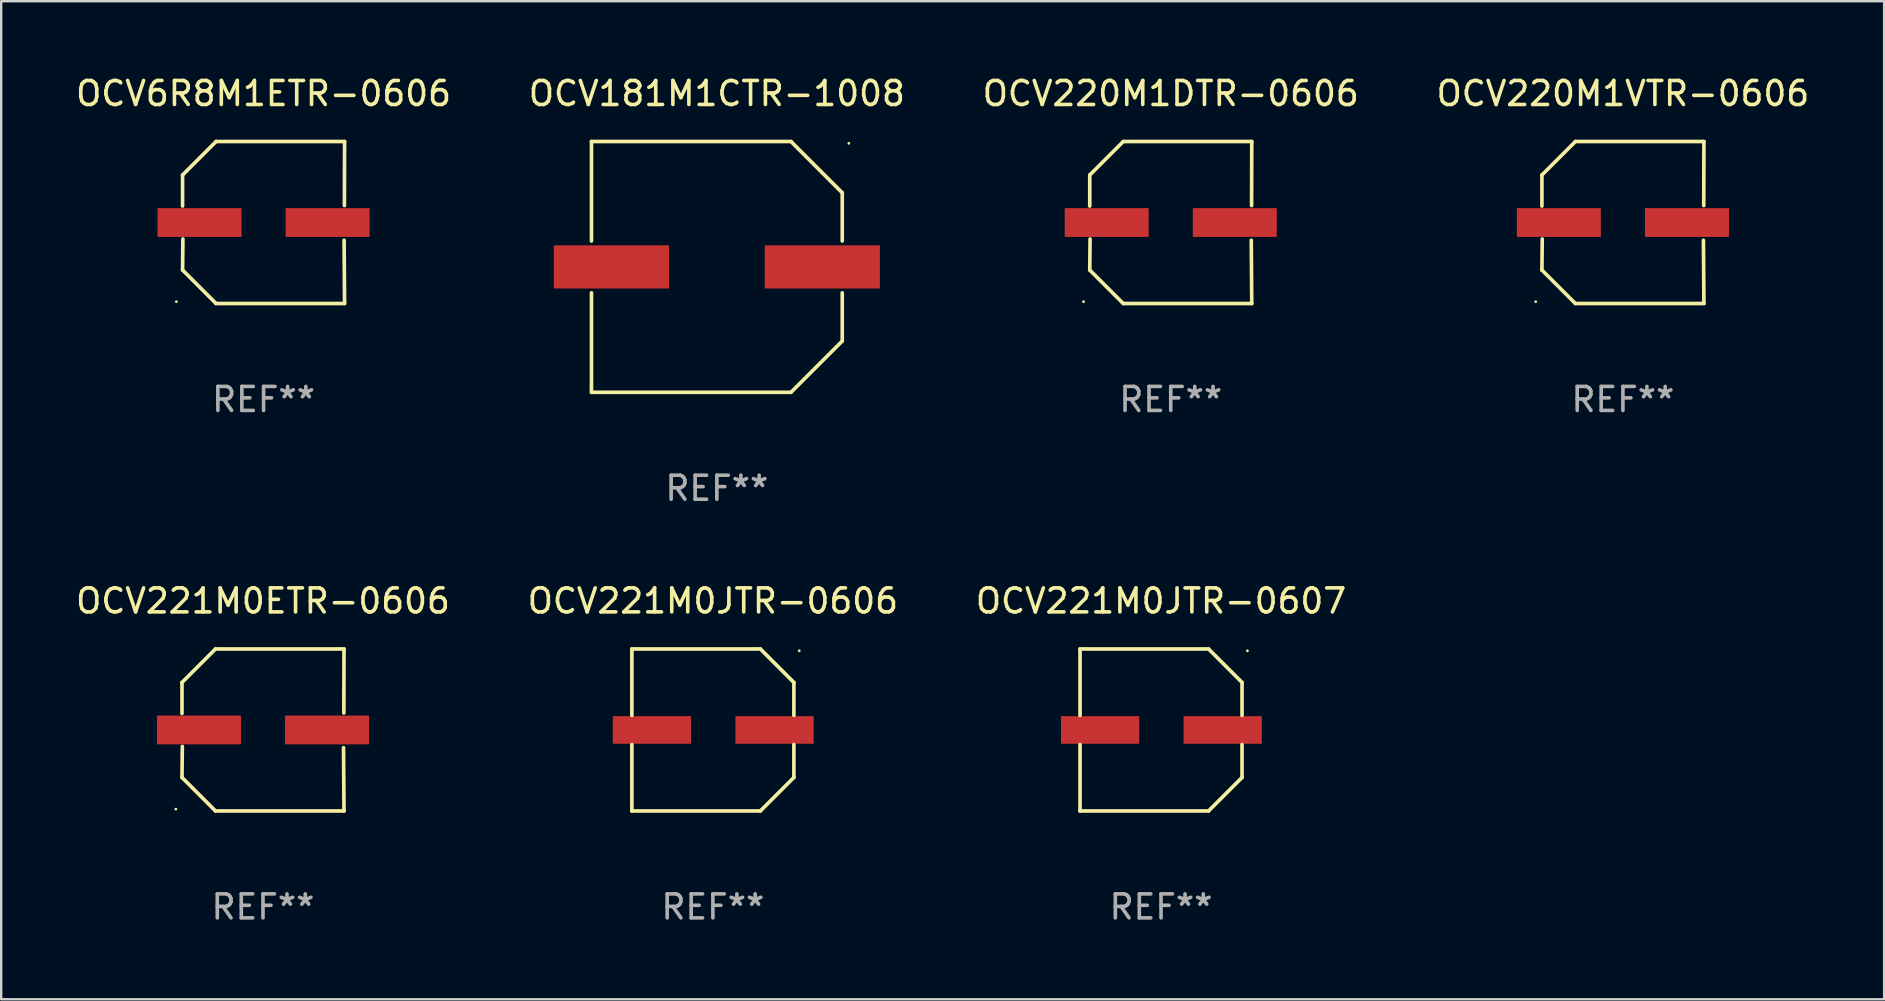
<source format=kicad_pcb>
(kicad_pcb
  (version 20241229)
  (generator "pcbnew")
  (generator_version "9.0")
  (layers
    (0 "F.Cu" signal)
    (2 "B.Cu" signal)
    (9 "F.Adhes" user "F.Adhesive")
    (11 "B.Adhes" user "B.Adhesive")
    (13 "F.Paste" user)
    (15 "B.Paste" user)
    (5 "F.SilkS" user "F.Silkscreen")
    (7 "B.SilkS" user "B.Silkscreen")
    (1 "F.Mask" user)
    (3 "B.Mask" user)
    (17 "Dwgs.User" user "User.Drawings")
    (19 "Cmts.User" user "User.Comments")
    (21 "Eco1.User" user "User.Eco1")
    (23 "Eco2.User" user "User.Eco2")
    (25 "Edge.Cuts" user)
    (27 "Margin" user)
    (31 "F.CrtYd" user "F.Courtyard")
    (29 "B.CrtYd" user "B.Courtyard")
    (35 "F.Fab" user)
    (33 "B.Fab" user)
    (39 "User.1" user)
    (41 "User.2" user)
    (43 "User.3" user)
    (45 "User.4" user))
  (footprint "OCV181M1CTR-1008"
    (layer "F.Cu")
    (at 26.827 8.074)
    (property "Reference" "OCV181M1CTR-1008" (at 0 -7.226 0) (layer "F.SilkS") (effects (font (size 1 1) (thickness 0.15))))
    (attr through_hole)
    (fp_line (start -5.226 -5.226) (end -5.226 -1.08) (stroke (width 0.152) (type solid)) (layer "F.SilkS"))
    (fp_line (start -5.226 -5.226) (end 3.09 -5.226) (stroke (width 0.152) (type solid)) (layer "F.SilkS"))
    (fp_line (start -5.226 1.08) (end -5.226 5.226) (stroke (width 0.152) (type solid)) (layer "F.SilkS"))
    (fp_line (start -5.226 5.226) (end 3.09 5.226) (stroke (width 0.152) (type solid)) (layer "F.SilkS"))
    (fp_line (start 3.09 -5.226) (end 5.226 -3.09) (stroke (width 0.152) (type solid)) (layer "F.SilkS"))
    (fp_line (start 3.09 5.226) (end 5.226 3.09) (stroke (width 0.152) (type solid)) (layer "F.SilkS"))
    (fp_line (start 5.226 -1.08) (end 5.226 -3.09) (stroke (width 0.152) (type solid)) (layer "F.SilkS"))
    (fp_line (start 5.226 3.09) (end 5.226 1.08) (stroke (width 0.152) (type solid)) (layer "F.SilkS"))
    (fp_circle (center 5.5 -5.15) (end 5.53 -5.15) (stroke (width 0.06) (type solid)) (fill no) (layer "F.SilkS"))
    (fp_text user "REF**" (at 0 9.226 0) (layer "F.Fab") (effects (font (size 1 1) (thickness 0.15))))
    (pad "1" smd rect (at 4.395 0 180) (size 4.8 1.8) (layers "F.Cu" "F.Mask" "F.Paste"))
    (pad "2" smd rect (at -4.395 0 180) (size 4.8 1.8) (layers "F.Cu" "F.Mask" "F.Paste")))
  (footprint "OCV220M1VTR-0606"
    (layer "F.Cu")
    (at 64.589 6.224)
    (property "Reference" "OCV220M1VTR-0606" (at 0 -5.376 0) (layer "F.SilkS") (effects (font (size 1 1) (thickness 0.15))))
    (attr through_hole)
    (fp_line (start -3.376 -1.98) (end -3.376 -0.686) (stroke (width 0.152) (type solid)) (layer "F.SilkS"))
    (fp_line (start -3.376 1.981) (end -3.362 0.686) (stroke (width 0.152) (type solid)) (layer "F.SilkS"))
    (fp_line (start -1.981 3.376) (end -3.376 1.981) (stroke (width 0.152) (type solid)) (layer "F.SilkS"))
    (fp_line (start -1.98 -3.376) (end -3.376 -1.98) (stroke (width 0.152) (type solid)) (layer "F.SilkS"))
    (fp_line (start 3.356 0.74) (end 3.376 3.376) (stroke (width 0.152) (type solid)) (layer "F.SilkS"))
    (fp_line (start 3.369 -0.707) (end 3.376 -3.376) (stroke (width 0.152) (type solid)) (layer "F.SilkS"))
    (fp_line (start 3.376 3.376) (end -1.981 3.376) (stroke (width 0.152) (type solid)) (layer "F.SilkS"))
    (fp_line (start 3.376 -3.376) (end -1.98 -3.376) (stroke (width 0.152) (type solid)) (layer "F.SilkS"))
    (fp_circle (center -3.634 3.3) (end -3.604 3.3) (stroke (width 0.06) (type solid)) (fill no) (layer "F.SilkS"))
    (fp_text user "REF**" (at 0 7.376 0) (layer "F.Fab") (effects (font (size 1 1) (thickness 0.15))))
    (pad "1" smd rect (at -2.67 0.000254) (size 3.5 1.2) (layers "F.Cu" "F.Mask" "F.Paste"))
    (pad "2" smd rect (at 2.67 0.000254) (size 3.5 1.2) (layers "F.Cu" "F.Mask" "F.Paste")))
  (footprint "OCV221M0ETR-0606"
    (layer "F.Cu")
    (at 7.911 27.373)
    (property "Reference" "OCV221M0ETR-0606" (at 0 -5.376 0) (layer "F.SilkS") (effects (font (size 1 1) (thickness 0.15))))
    (attr through_hole)
    (fp_line (start -3.376 -1.98) (end -3.376 -0.686) (stroke (width 0.152) (type solid)) (layer "F.SilkS"))
    (fp_line (start -3.376 1.981) (end -3.362 0.686) (stroke (width 0.152) (type solid)) (layer "F.SilkS"))
    (fp_line (start -1.981 3.376) (end -3.376 1.981) (stroke (width 0.152) (type solid)) (layer "F.SilkS"))
    (fp_line (start -1.98 -3.376) (end -3.376 -1.98) (stroke (width 0.152) (type solid)) (layer "F.SilkS"))
    (fp_line (start 3.356 0.74) (end 3.376 3.376) (stroke (width 0.152) (type solid)) (layer "F.SilkS"))
    (fp_line (start 3.369 -0.707) (end 3.376 -3.376) (stroke (width 0.152) (type solid)) (layer "F.SilkS"))
    (fp_line (start 3.376 3.376) (end -1.981 3.376) (stroke (width 0.152) (type solid)) (layer "F.SilkS"))
    (fp_line (start 3.376 -3.376) (end -1.98 -3.376) (stroke (width 0.152) (type solid)) (layer "F.SilkS"))
    (fp_circle (center -3.634 3.3) (end -3.604 3.3) (stroke (width 0.06) (type solid)) (fill no) (layer "F.SilkS"))
    (fp_text user "REF**" (at 0 7.376 0) (layer "F.Fab") (effects (font (size 1 1) (thickness 0.15))))
    (pad "1" smd rect (at -2.67 0.000254) (size 3.5 1.2) (layers "F.Cu" "F.Mask" "F.Paste"))
    (pad "2" smd rect (at 2.67 0.000254) (size 3.5 1.2) (layers "F.Cu" "F.Mask" "F.Paste")))
  (footprint "OCV6R8M1ETR-0606"
    (layer "F.Cu")
    (at 7.935 6.224)
    (property "Reference" "OCV6R8M1ETR-0606" (at 0 -5.376 0) (layer "F.SilkS") (effects (font (size 1 1) (thickness 0.15))))
    (attr through_hole)
    (fp_line (start -3.376 -1.98) (end -3.376 -0.686) (stroke (width 0.152) (type solid)) (layer "F.SilkS"))
    (fp_line (start -3.376 1.981) (end -3.362 0.686) (stroke (width 0.152) (type solid)) (layer "F.SilkS"))
    (fp_line (start -1.981 3.376) (end -3.376 1.981) (stroke (width 0.152) (type solid)) (layer "F.SilkS"))
    (fp_line (start -1.98 -3.376) (end -3.376 -1.98) (stroke (width 0.152) (type solid)) (layer "F.SilkS"))
    (fp_line (start 3.356 0.74) (end 3.376 3.376) (stroke (width 0.152) (type solid)) (layer "F.SilkS"))
    (fp_line (start 3.369 -0.707) (end 3.376 -3.376) (stroke (width 0.152) (type solid)) (layer "F.SilkS"))
    (fp_line (start 3.376 3.376) (end -1.981 3.376) (stroke (width 0.152) (type solid)) (layer "F.SilkS"))
    (fp_line (start 3.376 -3.376) (end -1.98 -3.376) (stroke (width 0.152) (type solid)) (layer "F.SilkS"))
    (fp_circle (center -3.634 3.3) (end -3.604 3.3) (stroke (width 0.06) (type solid)) (fill no) (layer "F.SilkS"))
    (fp_text user "REF**" (at 0 7.376 0) (layer "F.Fab") (effects (font (size 1 1) (thickness 0.15))))
    (pad "1" smd rect (at -2.67 0.000254) (size 3.5 1.2) (layers "F.Cu" "F.Mask" "F.Paste"))
    (pad "2" smd rect (at 2.67 0.000254) (size 3.5 1.2) (layers "F.Cu" "F.Mask" "F.Paste")))
  (footprint "OCV221M0JTR-0606"
    (layer "F.Cu")
    (at 26.661 27.373)
    (property "Reference" "OCV221M0JTR-0606" (at 0 -5.376 0) (layer "F.SilkS") (effects (font (size 1 1) (thickness 0.15))))
    (attr through_hole)
    (fp_line (start -3.376 -3.376) (end 1.98 -3.376) (stroke (width 0.152) (type solid)) (layer "F.SilkS"))
    (fp_line (start -3.376 -0.607) (end -3.376 -3.376) (stroke (width 0.152) (type solid)) (layer "F.SilkS"))
    (fp_line (start -3.376 0.607) (end -3.376 3.376) (stroke (width 0.152) (type solid)) (layer "F.SilkS"))
    (fp_line (start -3.376 3.376) (end 1.98 3.376) (stroke (width 0.152) (type solid)) (layer "F.SilkS"))
    (fp_line (start 1.98 -3.376) (end 3.376 -1.98) (stroke (width 0.152) (type solid)) (layer "F.SilkS"))
    (fp_line (start 1.98 3.376) (end 3.376 1.98) (stroke (width 0.152) (type solid)) (layer "F.SilkS"))
    (fp_line (start 3.376 -1.98) (end 3.376 -0.607) (stroke (width 0.152) (type solid)) (layer "F.SilkS"))
    (fp_line (start 3.376 1.98) (end 3.376 0.607) (stroke (width 0.152) (type solid)) (layer "F.SilkS"))
    (fp_circle (center 3.6 -3.3) (end 3.63 -3.3) (stroke (width 0.06) (type solid)) (fill no) (layer "F.SilkS"))
    (fp_text user "REF**" (at 0 7.376 0) (layer "F.Fab") (effects (font (size 1 1) (thickness 0.15))))
    (pad "1" smd rect (at 2.57 0 180) (size 3.26 1.15) (layers "F.Cu" "F.Mask" "F.Paste"))
    (pad "2" smd rect (at -2.54 0 180) (size 3.26 1.15) (layers "F.Cu" "F.Mask" "F.Paste")))
  (footprint "OCV220M1DTR-0606"
    (layer "F.Cu")
    (at 45.744 6.224)
    (property "Reference" "OCV220M1DTR-0606" (at 0 -5.376 0) (layer "F.SilkS") (effects (font (size 1 1) (thickness 0.15))))
    (attr through_hole)
    (fp_line (start -3.376 -1.98) (end -3.376 -0.686) (stroke (width 0.152) (type solid)) (layer "F.SilkS"))
    (fp_line (start -3.376 1.981) (end -3.362 0.686) (stroke (width 0.152) (type solid)) (layer "F.SilkS"))
    (fp_line (start -1.981 3.376) (end -3.376 1.981) (stroke (width 0.152) (type solid)) (layer "F.SilkS"))
    (fp_line (start -1.98 -3.376) (end -3.376 -1.98) (stroke (width 0.152) (type solid)) (layer "F.SilkS"))
    (fp_line (start 3.356 0.74) (end 3.376 3.376) (stroke (width 0.152) (type solid)) (layer "F.SilkS"))
    (fp_line (start 3.369 -0.707) (end 3.376 -3.376) (stroke (width 0.152) (type solid)) (layer "F.SilkS"))
    (fp_line (start 3.376 3.376) (end -1.981 3.376) (stroke (width 0.152) (type solid)) (layer "F.SilkS"))
    (fp_line (start 3.376 -3.376) (end -1.98 -3.376) (stroke (width 0.152) (type solid)) (layer "F.SilkS"))
    (fp_circle (center -3.634 3.3) (end -3.604 3.3) (stroke (width 0.06) (type solid)) (fill no) (layer "F.SilkS"))
    (fp_text user "REF**" (at 0 7.376 0) (layer "F.Fab") (effects (font (size 1 1) (thickness 0.15))))
    (pad "1" smd rect (at -2.67 0.000254) (size 3.5 1.2) (layers "F.Cu" "F.Mask" "F.Paste"))
    (pad "2" smd rect (at 2.67 0.000254) (size 3.5 1.2) (layers "F.Cu" "F.Mask" "F.Paste")))
  (footprint "OCV221M0JTR-0607"
    (layer "F.Cu")
    (at 45.339 27.373)
    (property "Reference" "OCV221M0JTR-0607" (at 0 -5.376 0) (layer "F.SilkS") (effects (font (size 1 1) (thickness 0.15))))
    (attr through_hole)
    (fp_line (start -3.376 -3.376) (end 1.98 -3.376) (stroke (width 0.152) (type solid)) (layer "F.SilkS"))
    (fp_line (start -3.376 -0.607) (end -3.376 -3.376) (stroke (width 0.152) (type solid)) (layer "F.SilkS"))
    (fp_line (start -3.376 0.607) (end -3.376 3.376) (stroke (width 0.152) (type solid)) (layer "F.SilkS"))
    (fp_line (start -3.376 3.376) (end 1.98 3.376) (stroke (width 0.152) (type solid)) (layer "F.SilkS"))
    (fp_line (start 1.98 -3.376) (end 3.376 -1.98) (stroke (width 0.152) (type solid)) (layer "F.SilkS"))
    (fp_line (start 1.98 3.376) (end 3.376 1.98) (stroke (width 0.152) (type solid)) (layer "F.SilkS"))
    (fp_line (start 3.376 -1.98) (end 3.376 -0.607) (stroke (width 0.152) (type solid)) (layer "F.SilkS"))
    (fp_line (start 3.376 1.98) (end 3.376 0.607) (stroke (width 0.152) (type solid)) (layer "F.SilkS"))
    (fp_circle (center 3.6 -3.3) (end 3.63 -3.3) (stroke (width 0.06) (type solid)) (fill no) (layer "F.SilkS"))
    (fp_text user "REF**" (at 0 7.376 0) (layer "F.Fab") (effects (font (size 1 1) (thickness 0.15))))
    (pad "1" smd rect (at 2.57 0 180) (size 3.26 1.15) (layers "F.Cu" "F.Mask" "F.Paste"))
    (pad "2" smd rect (at -2.54 0 180) (size 3.26 1.15) (layers "F.Cu" "F.Mask" "F.Paste")))
  (gr_rect
    (start -3 -3)
    (end 75.476 38.598)
    (stroke (width 0.1) (type default))
    (fill no)
    (layer "Edge.Cuts")))
</source>
